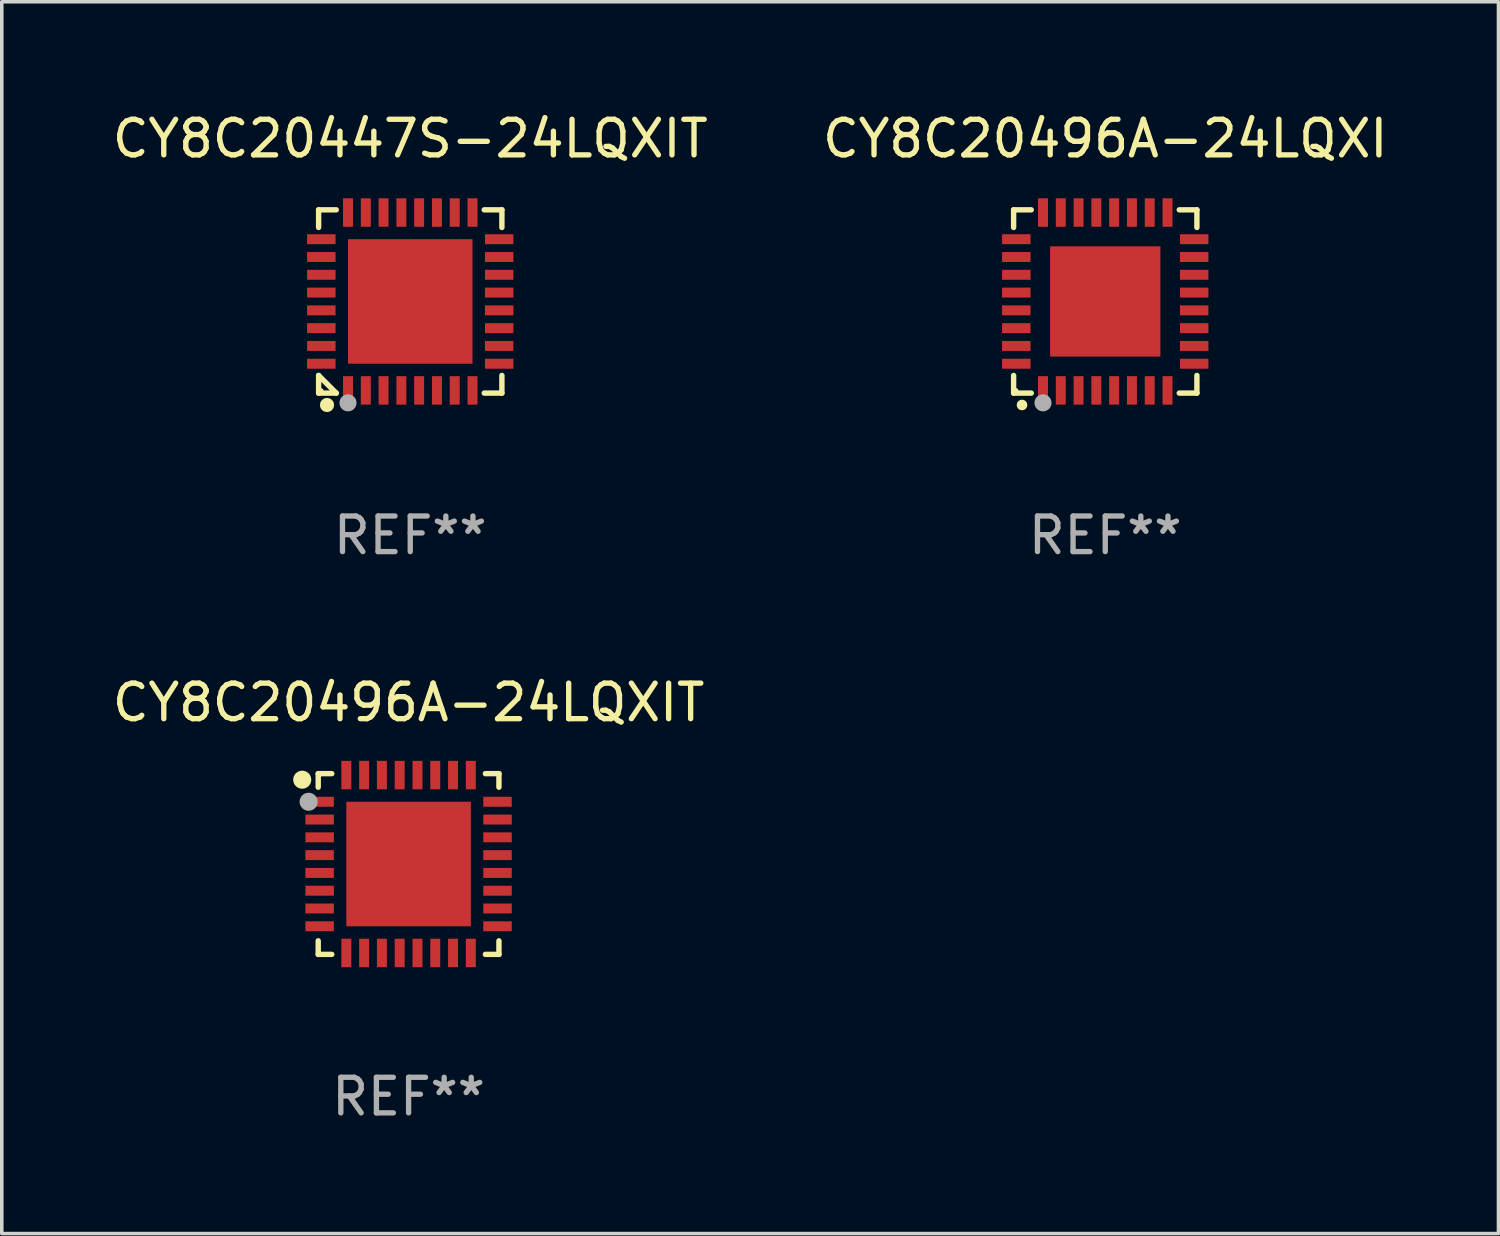
<source format=kicad_pcb>
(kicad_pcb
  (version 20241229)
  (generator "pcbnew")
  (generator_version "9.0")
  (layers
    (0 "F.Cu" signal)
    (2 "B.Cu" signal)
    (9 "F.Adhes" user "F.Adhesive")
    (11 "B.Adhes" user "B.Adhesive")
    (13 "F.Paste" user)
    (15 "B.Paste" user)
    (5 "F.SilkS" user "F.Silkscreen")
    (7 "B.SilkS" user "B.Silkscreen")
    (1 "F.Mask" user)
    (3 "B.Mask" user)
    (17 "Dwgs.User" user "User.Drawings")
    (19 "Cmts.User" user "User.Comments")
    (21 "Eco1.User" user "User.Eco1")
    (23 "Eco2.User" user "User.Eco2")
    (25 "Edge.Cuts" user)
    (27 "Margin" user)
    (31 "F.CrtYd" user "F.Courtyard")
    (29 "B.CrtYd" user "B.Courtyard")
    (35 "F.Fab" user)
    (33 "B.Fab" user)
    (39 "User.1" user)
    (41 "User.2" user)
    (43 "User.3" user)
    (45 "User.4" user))
  (footprint "CY8C20496A-24LQXI"
    (layer "F.Cu")
    (at 28.018 5.424)
    (property "Reference" "CY8C20496A-24LQXI" (at 0 -4.576 0) (layer "F.SilkS") (effects (font (size 1 1) (thickness 0.15))))
    (attr through_hole)
    (fp_line (start -2.576 -2.576) (end -2.08 -2.576) (stroke (width 0.152) (type solid)) (layer "F.SilkS"))
    (fp_line (start -2.576 -2.08) (end -2.576 -2.576) (stroke (width 0.152) (type solid)) (layer "F.SilkS"))
    (fp_line (start -2.576 2.08) (end -2.576 2.576) (stroke (width 0.152) (type solid)) (layer "F.SilkS"))
    (fp_line (start -2.576 2.576) (end -2.08 2.576) (stroke (width 0.152) (type solid)) (layer "F.SilkS"))
    (fp_line (start 2.576 -2.576) (end 2.08 -2.576) (stroke (width 0.152) (type solid)) (layer "F.SilkS"))
    (fp_line (start 2.576 -2.08) (end 2.576 -2.576) (stroke (width 0.152) (type solid)) (layer "F.SilkS"))
    (fp_line (start 2.576 2.08) (end 2.576 2.576) (stroke (width 0.152) (type solid)) (layer "F.SilkS"))
    (fp_line (start 2.576 2.576) (end 2.08 2.576) (stroke (width 0.152) (type solid)) (layer "F.SilkS"))
    (fp_circle (center -2.5 2.5) (end -2.47 2.5) (stroke (width 0.06) (type solid)) (fill no) (layer "F.SilkS"))
    (fp_circle (center -2.34 2.91) (end -2.265 2.91) (stroke (width 0.15) (type solid)) (fill no) (layer "F.SilkS"))
    (fp_circle (center -1.75 2.85) (end -1.63 2.85) (stroke (width 0.24) (type solid)) (fill no) (layer "F.Fab"))
    (fp_text user "REF**" (at 0 6.576 0) (layer "F.Fab") (effects (font (size 1 1) (thickness 0.15))))
    (pad "1" smd rect (at -1.75 2.5) (size 0.28 0.8) (layers "F.Cu" "F.Mask" "F.Paste"))
    (pad "2" smd rect (at -1.25 2.5) (size 0.28 0.8) (layers "F.Cu" "F.Mask" "F.Paste"))
    (pad "3" smd rect (at -0.75 2.5) (size 0.28 0.8) (layers "F.Cu" "F.Mask" "F.Paste"))
    (pad "4" smd rect (at -0.25 2.5) (size 0.28 0.8) (layers "F.Cu" "F.Mask" "F.Paste"))
    (pad "5" smd rect (at 0.25 2.5) (size 0.28 0.8) (layers "F.Cu" "F.Mask" "F.Paste"))
    (pad "6" smd rect (at 0.75 2.5) (size 0.28 0.8) (layers "F.Cu" "F.Mask" "F.Paste"))
    (pad "7" smd rect (at 1.25 2.5) (size 0.28 0.8) (layers "F.Cu" "F.Mask" "F.Paste"))
    (pad "8" smd rect (at 1.75 2.5) (size 0.28 0.8) (layers "F.Cu" "F.Mask" "F.Paste"))
    (pad "9" smd rect (at 2.5 1.75) (size 0.8 0.28) (layers "F.Cu" "F.Mask" "F.Paste"))
    (pad "10" smd rect (at 2.5 1.25) (size 0.8 0.28) (layers "F.Cu" "F.Mask" "F.Paste"))
    (pad "11" smd rect (at 2.5 0.75) (size 0.8 0.28) (layers "F.Cu" "F.Mask" "F.Paste"))
    (pad "12" smd rect (at 2.5 0.25) (size 0.8 0.28) (layers "F.Cu" "F.Mask" "F.Paste"))
    (pad "13" smd rect (at 2.5 -0.25) (size 0.8 0.28) (layers "F.Cu" "F.Mask" "F.Paste"))
    (pad "14" smd rect (at 2.5 -0.75) (size 0.8 0.28) (layers "F.Cu" "F.Mask" "F.Paste"))
    (pad "15" smd rect (at 2.5 -1.25) (size 0.8 0.28) (layers "F.Cu" "F.Mask" "F.Paste"))
    (pad "16" smd rect (at 2.5 -1.75) (size 0.8 0.28) (layers "F.Cu" "F.Mask" "F.Paste"))
    (pad "17" smd rect (at 1.75 -2.5) (size 0.28 0.8) (layers "F.Cu" "F.Mask" "F.Paste"))
    (pad "18" smd rect (at 1.25 -2.5) (size 0.28 0.8) (layers "F.Cu" "F.Mask" "F.Paste"))
    (pad "19" smd rect (at 0.75 -2.5) (size 0.28 0.8) (layers "F.Cu" "F.Mask" "F.Paste"))
    (pad "20" smd rect (at 0.25 -2.5) (size 0.28 0.8) (layers "F.Cu" "F.Mask" "F.Paste"))
    (pad "21" smd rect (at -0.25 -2.5) (size 0.28 0.8) (layers "F.Cu" "F.Mask" "F.Paste"))
    (pad "22" smd rect (at -0.75 -2.5) (size 0.28 0.8) (layers "F.Cu" "F.Mask" "F.Paste"))
    (pad "23" smd rect (at -1.25 -2.5) (size 0.28 0.8) (layers "F.Cu" "F.Mask" "F.Paste"))
    (pad "24" smd rect (at -1.75 -2.5) (size 0.28 0.8) (layers "F.Cu" "F.Mask" "F.Paste"))
    (pad "25" smd rect (at -2.5 -1.75) (size 0.8 0.28) (layers "F.Cu" "F.Mask" "F.Paste"))
    (pad "26" smd rect (at -2.5 -1.25) (size 0.8 0.28) (layers "F.Cu" "F.Mask" "F.Paste"))
    (pad "27" smd rect (at -2.5 -0.75) (size 0.8 0.28) (layers "F.Cu" "F.Mask" "F.Paste"))
    (pad "28" smd rect (at -2.5 -0.25) (size 0.8 0.28) (layers "F.Cu" "F.Mask" "F.Paste"))
    (pad "29" smd rect (at -2.5 0.25) (size 0.8 0.28) (layers "F.Cu" "F.Mask" "F.Paste"))
    (pad "30" smd rect (at -2.5 0.75) (size 0.8 0.28) (layers "F.Cu" "F.Mask" "F.Paste"))
    (pad "31" smd rect (at -2.5 1.25) (size 0.8 0.28) (layers "F.Cu" "F.Mask" "F.Paste"))
    (pad "32" smd rect (at -2.5 1.75) (size 0.8 0.28) (layers "F.Cu" "F.Mask" "F.Paste"))
    (pad "33" smd rect (at 0 0) (size 3.1 3.1) (layers "F.Cu" "F.Mask" "F.Paste")))
  (footprint "CY8C20496A-24LQXIT"
    (layer "F.Cu")
    (at 8.435 21.237)
    (property "Reference" "CY8C20496A-24LQXIT" (at 0 -4.54 0) (layer "F.SilkS") (effects (font (size 1 1) (thickness 0.15))))
    (attr through_hole)
    (fp_line (start -2.54 -2.54) (end -2.159 -2.54) (stroke (width 0.152) (type solid)) (layer "F.SilkS"))
    (fp_line (start -2.54 -2.159) (end -2.54 -2.54) (stroke (width 0.152) (type solid)) (layer "F.SilkS"))
    (fp_line (start -2.54 2.54) (end -2.54 2.159) (stroke (width 0.152) (type solid)) (layer "F.SilkS"))
    (fp_line (start -2.159 2.54) (end -2.54 2.54) (stroke (width 0.152) (type solid)) (layer "F.SilkS"))
    (fp_line (start 2.159 -2.54) (end 2.54 -2.54) (stroke (width 0.152) (type solid)) (layer "F.SilkS"))
    (fp_line (start 2.54 -2.54) (end 2.54 -2.159) (stroke (width 0.152) (type solid)) (layer "F.SilkS"))
    (fp_line (start 2.54 2.159) (end 2.54 2.54) (stroke (width 0.152) (type solid)) (layer "F.SilkS"))
    (fp_line (start 2.54 2.54) (end 2.159 2.54) (stroke (width 0.152) (type solid)) (layer "F.SilkS"))
    (fp_circle (center -2.99 -2.37) (end -2.863 -2.37) (stroke (width 0.254) (type solid)) (fill no) (layer "F.SilkS"))
    (fp_circle (center -2.5 -2.5) (end -2.47 -2.5) (stroke (width 0.06) (type solid)) (fill no) (layer "F.SilkS"))
    (fp_circle (center -2.81 -1.75) (end -2.683 -1.75) (stroke (width 0.254) (type solid)) (fill no) (layer "F.Fab"))
    (fp_text user "REF**" (at 0 6.54 0) (layer "F.Fab") (effects (font (size 1 1) (thickness 0.15))))
    (pad "1" smd rect (at -2.5 -1.75 270) (size 0.28 0.8) (layers "F.Cu" "F.Mask" "F.Paste"))
    (pad "2" smd rect (at -2.5 -1.25 270) (size 0.28 0.8) (layers "F.Cu" "F.Mask" "F.Paste"))
    (pad "3" smd rect (at -2.5 -0.75 270) (size 0.28 0.8) (layers "F.Cu" "F.Mask" "F.Paste"))
    (pad "4" smd rect (at -2.5 -0.25 270) (size 0.28 0.8) (layers "F.Cu" "F.Mask" "F.Paste"))
    (pad "5" smd rect (at -2.5 0.25 270) (size 0.28 0.8) (layers "F.Cu" "F.Mask" "F.Paste"))
    (pad "6" smd rect (at -2.5 0.75 270) (size 0.28 0.8) (layers "F.Cu" "F.Mask" "F.Paste"))
    (pad "7" smd rect (at -2.5 1.25 270) (size 0.28 0.8) (layers "F.Cu" "F.Mask" "F.Paste"))
    (pad "8" smd rect (at -2.5 1.75 270) (size 0.28 0.8) (layers "F.Cu" "F.Mask" "F.Paste"))
    (pad "9" smd rect (at -1.75 2.5 270) (size 0.8 0.28) (layers "F.Cu" "F.Mask" "F.Paste"))
    (pad "10" smd rect (at -1.25 2.5 270) (size 0.8 0.28) (layers "F.Cu" "F.Mask" "F.Paste"))
    (pad "11" smd rect (at -0.75 2.5 270) (size 0.8 0.28) (layers "F.Cu" "F.Mask" "F.Paste"))
    (pad "12" smd rect (at -0.25 2.5 270) (size 0.8 0.28) (layers "F.Cu" "F.Mask" "F.Paste"))
    (pad "13" smd rect (at 0.25 2.5 270) (size 0.8 0.28) (layers "F.Cu" "F.Mask" "F.Paste"))
    (pad "14" smd rect (at 0.75 2.5 270) (size 0.8 0.28) (layers "F.Cu" "F.Mask" "F.Paste"))
    (pad "15" smd rect (at 1.25 2.5 270) (size 0.8 0.28) (layers "F.Cu" "F.Mask" "F.Paste"))
    (pad "16" smd rect (at 1.75 2.5 270) (size 0.8 0.28) (layers "F.Cu" "F.Mask" "F.Paste"))
    (pad "17" smd rect (at 2.5 1.75 270) (size 0.28 0.8) (layers "F.Cu" "F.Mask" "F.Paste"))
    (pad "18" smd rect (at 2.5 1.25 270) (size 0.28 0.8) (layers "F.Cu" "F.Mask" "F.Paste"))
    (pad "19" smd rect (at 2.5 0.75 270) (size 0.28 0.8) (layers "F.Cu" "F.Mask" "F.Paste"))
    (pad "20" smd rect (at 2.5 0.25 270) (size 0.28 0.8) (layers "F.Cu" "F.Mask" "F.Paste"))
    (pad "21" smd rect (at 2.5 -0.25 270) (size 0.28 0.8) (layers "F.Cu" "F.Mask" "F.Paste"))
    (pad "22" smd rect (at 2.5 -0.75 270) (size 0.28 0.8) (layers "F.Cu" "F.Mask" "F.Paste"))
    (pad "23" smd rect (at 2.5 -1.25 270) (size 0.28 0.8) (layers "F.Cu" "F.Mask" "F.Paste"))
    (pad "24" smd rect (at 2.5 -1.75 270) (size 0.28 0.8) (layers "F.Cu" "F.Mask" "F.Paste"))
    (pad "25" smd rect (at 1.75 -2.5 270) (size 0.8 0.28) (layers "F.Cu" "F.Mask" "F.Paste"))
    (pad "26" smd rect (at 1.25 -2.5 270) (size 0.8 0.28) (layers "F.Cu" "F.Mask" "F.Paste"))
    (pad "27" smd rect (at 0.75 -2.5 270) (size 0.8 0.28) (layers "F.Cu" "F.Mask" "F.Paste"))
    (pad "28" smd rect (at 0.25 -2.5 270) (size 0.8 0.28) (layers "F.Cu" "F.Mask" "F.Paste"))
    (pad "29" smd rect (at -0.25 -2.5 270) (size 0.8 0.28) (layers "F.Cu" "F.Mask" "F.Paste"))
    (pad "30" smd rect (at -0.75 -2.5 270) (size 0.8 0.28) (layers "F.Cu" "F.Mask" "F.Paste"))
    (pad "31" smd rect (at -1.25 -2.5 270) (size 0.8 0.28) (layers "F.Cu" "F.Mask" "F.Paste"))
    (pad "32" smd rect (at -1.75 -2.5 270) (size 0.8 0.28) (layers "F.Cu" "F.Mask" "F.Paste"))
    (pad "33" smd rect (at -0.000102 0.000102 270) (size 3.5 3.5) (layers "F.Cu" "F.Mask" "F.Paste")))
  (footprint "CY8C20447S-24LQXIT"
    (layer "F.Cu")
    (at 8.482 5.424)
    (property "Reference" "CY8C20447S-24LQXIT" (at 0 -4.576 0) (layer "F.SilkS") (effects (font (size 1 1) (thickness 0.15))))
    (attr through_hole)
    (fp_line (start -2.576 -2.576) (end -2.08 -2.576) (stroke (width 0.152) (type solid)) (layer "F.SilkS"))
    (fp_line (start -2.576 -2.08) (end -2.576 -2.576) (stroke (width 0.152) (type solid)) (layer "F.SilkS"))
    (fp_line (start -2.576 2.08) (end -2.576 2.576) (stroke (width 0.152) (type solid)) (layer "F.SilkS"))
    (fp_line (start -2.576 2.08) (end -2.08 2.576) (stroke (width 0.152) (type solid)) (layer "F.SilkS"))
    (fp_line (start -2.576 2.576) (end -2.08 2.576) (stroke (width 0.152) (type solid)) (layer "F.SilkS"))
    (fp_line (start 2.576 -2.576) (end 2.08 -2.576) (stroke (width 0.152) (type solid)) (layer "F.SilkS"))
    (fp_line (start 2.576 -2.08) (end 2.576 -2.576) (stroke (width 0.152) (type solid)) (layer "F.SilkS"))
    (fp_line (start 2.576 2.08) (end 2.576 2.576) (stroke (width 0.152) (type solid)) (layer "F.SilkS"))
    (fp_line (start 2.576 2.576) (end 2.08 2.576) (stroke (width 0.152) (type solid)) (layer "F.SilkS"))
    (fp_circle (center -2.5 2.5) (end -2.47 2.5) (stroke (width 0.06) (type solid)) (fill no) (layer "F.SilkS"))
    (fp_circle (center -2.34 2.91) (end -2.24 2.91) (stroke (width 0.2) (type solid)) (fill no) (layer "F.SilkS"))
    (fp_circle (center -1.75 2.85) (end -1.63 2.85) (stroke (width 0.24) (type solid)) (fill no) (layer "F.Fab"))
    (fp_text user "REF**" (at 0 6.576 0) (layer "F.Fab") (effects (font (size 1 1) (thickness 0.15))))
    (pad "1" smd rect (at -1.75 2.5) (size 0.28 0.8) (layers "F.Cu" "F.Mask" "F.Paste"))
    (pad "2" smd rect (at -1.25 2.5) (size 0.28 0.8) (layers "F.Cu" "F.Mask" "F.Paste"))
    (pad "3" smd rect (at -0.75 2.5) (size 0.28 0.8) (layers "F.Cu" "F.Mask" "F.Paste"))
    (pad "4" smd rect (at -0.25 2.5) (size 0.28 0.8) (layers "F.Cu" "F.Mask" "F.Paste"))
    (pad "5" smd rect (at 0.25 2.5) (size 0.28 0.8) (layers "F.Cu" "F.Mask" "F.Paste"))
    (pad "6" smd rect (at 0.75 2.5) (size 0.28 0.8) (layers "F.Cu" "F.Mask" "F.Paste"))
    (pad "7" smd rect (at 1.25 2.5) (size 0.28 0.8) (layers "F.Cu" "F.Mask" "F.Paste"))
    (pad "8" smd rect (at 1.75 2.5) (size 0.28 0.8) (layers "F.Cu" "F.Mask" "F.Paste"))
    (pad "9" smd rect (at 2.5 1.75) (size 0.8 0.28) (layers "F.Cu" "F.Mask" "F.Paste"))
    (pad "10" smd rect (at 2.5 1.25) (size 0.8 0.28) (layers "F.Cu" "F.Mask" "F.Paste"))
    (pad "11" smd rect (at 2.5 0.75) (size 0.8 0.28) (layers "F.Cu" "F.Mask" "F.Paste"))
    (pad "12" smd rect (at 2.5 0.25) (size 0.8 0.28) (layers "F.Cu" "F.Mask" "F.Paste"))
    (pad "13" smd rect (at 2.5 -0.25) (size 0.8 0.28) (layers "F.Cu" "F.Mask" "F.Paste"))
    (pad "14" smd rect (at 2.5 -0.75) (size 0.8 0.28) (layers "F.Cu" "F.Mask" "F.Paste"))
    (pad "15" smd rect (at 2.5 -1.25) (size 0.8 0.28) (layers "F.Cu" "F.Mask" "F.Paste"))
    (pad "16" smd rect (at 2.5 -1.75) (size 0.8 0.28) (layers "F.Cu" "F.Mask" "F.Paste"))
    (pad "17" smd rect (at 1.75 -2.5) (size 0.28 0.8) (layers "F.Cu" "F.Mask" "F.Paste"))
    (pad "18" smd rect (at 1.25 -2.5) (size 0.28 0.8) (layers "F.Cu" "F.Mask" "F.Paste"))
    (pad "19" smd rect (at 0.75 -2.5) (size 0.28 0.8) (layers "F.Cu" "F.Mask" "F.Paste"))
    (pad "20" smd rect (at 0.25 -2.5) (size 0.28 0.8) (layers "F.Cu" "F.Mask" "F.Paste"))
    (pad "21" smd rect (at -0.25 -2.5) (size 0.28 0.8) (layers "F.Cu" "F.Mask" "F.Paste"))
    (pad "22" smd rect (at -0.75 -2.5) (size 0.28 0.8) (layers "F.Cu" "F.Mask" "F.Paste"))
    (pad "23" smd rect (at -1.25 -2.5) (size 0.28 0.8) (layers "F.Cu" "F.Mask" "F.Paste"))
    (pad "24" smd rect (at -1.75 -2.5) (size 0.28 0.8) (layers "F.Cu" "F.Mask" "F.Paste"))
    (pad "25" smd rect (at -2.5 -1.75) (size 0.8 0.28) (layers "F.Cu" "F.Mask" "F.Paste"))
    (pad "26" smd rect (at -2.5 -1.25) (size 0.8 0.28) (layers "F.Cu" "F.Mask" "F.Paste"))
    (pad "27" smd rect (at -2.5 -0.75) (size 0.8 0.28) (layers "F.Cu" "F.Mask" "F.Paste"))
    (pad "28" smd rect (at -2.5 -0.25) (size 0.8 0.28) (layers "F.Cu" "F.Mask" "F.Paste"))
    (pad "29" smd rect (at -2.5 0.25) (size 0.8 0.28) (layers "F.Cu" "F.Mask" "F.Paste"))
    (pad "30" smd rect (at -2.5 0.75) (size 0.8 0.28) (layers "F.Cu" "F.Mask" "F.Paste"))
    (pad "31" smd rect (at -2.5 1.25) (size 0.8 0.28) (layers "F.Cu" "F.Mask" "F.Paste"))
    (pad "32" smd rect (at -2.5 1.75) (size 0.8 0.28) (layers "F.Cu" "F.Mask" "F.Paste"))
    (pad "33" smd rect (at 0 0) (size 3.5 3.5) (layers "F.Cu" "F.Mask" "F.Paste")))
  (gr_rect
    (start -3 -3)
    (end 39.071 31.625)
    (stroke (width 0.1) (type default))
    (fill no)
    (layer "Edge.Cuts")))
</source>
